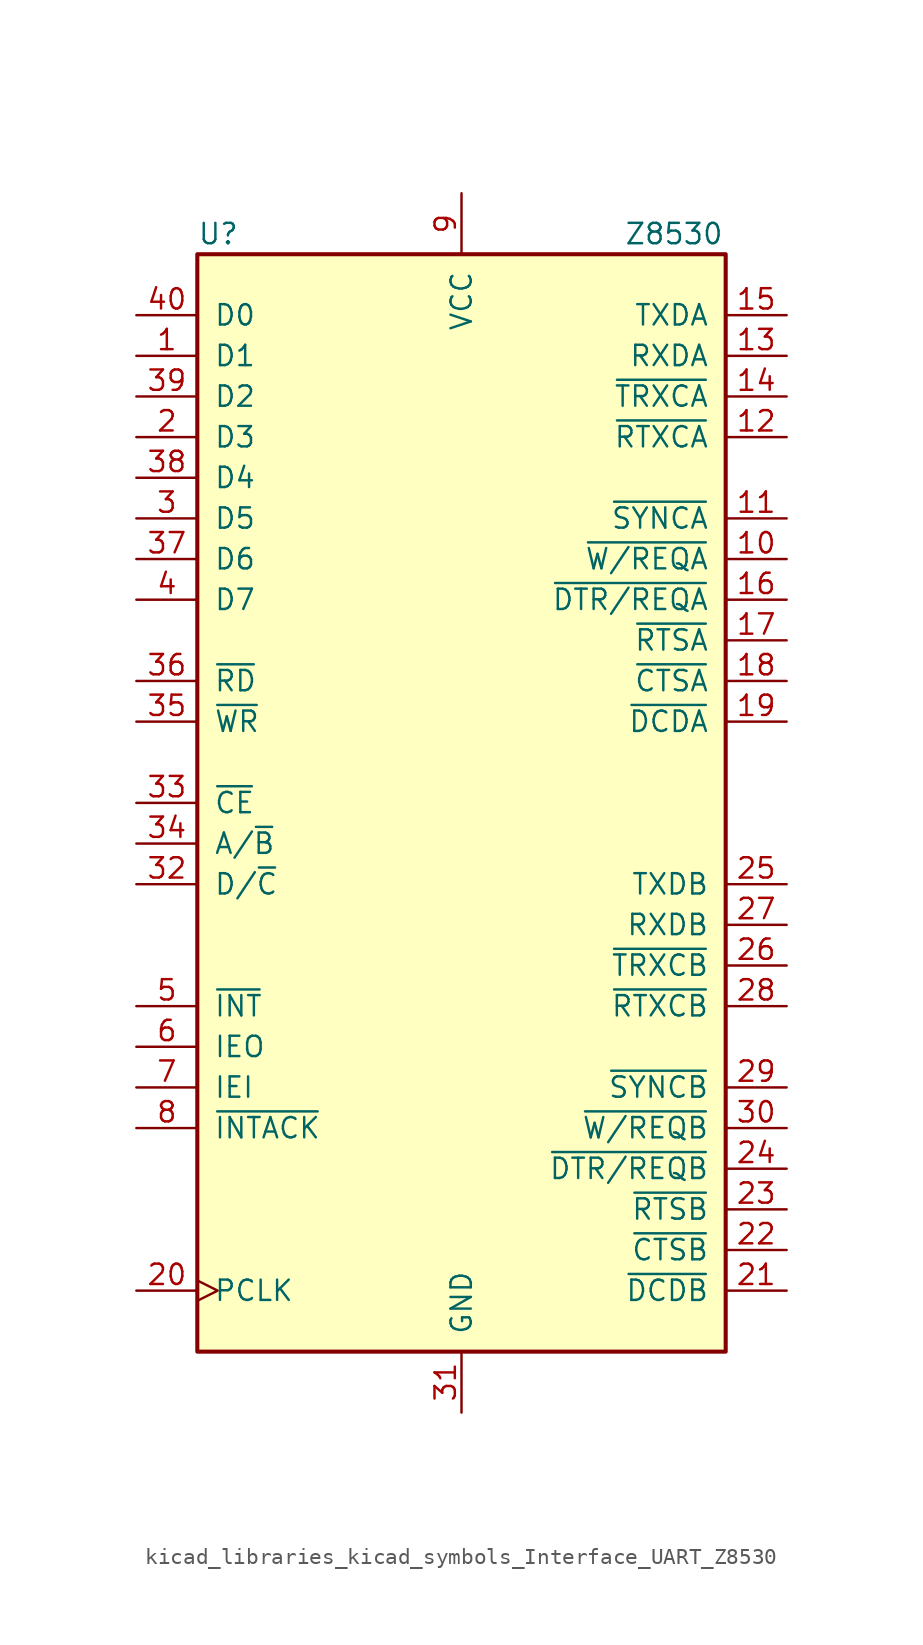
<source format=kicad_sym>
(kicad_symbol_lib
  (version 20220914)
  (generator kicad_symbol_editor)
  (symbol "kicad_libraries_kicad_symbols_Interface_UART_Z8530"
    (pin_names
      (offset 1.016))
    (property "Reference" "U"
      (at -16.51 35.56 0)
      (effects (font (size 1.27 1.27)) (justify left)))
    (property "Value" "Z8530"
      (at 10.16 35.56 0)
      (effects (font (size 1.27 1.27)) (justify left)))
    (symbol "kicad_libraries_kicad_symbols_Interface_UART_Z8530_0_1"
      (rectangle (start -16.51 -34.29) (end 16.51 34.29) (stroke (width 0.254) (type default)) (fill (type background))))
    (symbol "kicad_libraries_kicad_symbols_Interface_UART_Z8530_1_1"
      (pin input line (at -20.32 27.94 0) (length 3.81) (name "D1" (effects (font (size 1.27 1.27)))) (number "1" (effects (font (size 1.27 1.27)))))
      (pin output line (at 20.32 15.24 180) (length 3.81) (name "~{W/REQA}" (effects (font (size 1.27 1.27)))) (number "10" (effects (font (size 1.27 1.27)))))
      (pin bidirectional line (at 20.32 17.78 180) (length 3.81) (name "~{SYNCA}" (effects (font (size 1.27 1.27)))) (number "11" (effects (font (size 1.27 1.27)))))
      (pin input line (at 20.32 22.86 180) (length 3.81) (name "~{RTXCA}" (effects (font (size 1.27 1.27)))) (number "12" (effects (font (size 1.27 1.27)))))
      (pin input line (at 20.32 27.94 180) (length 3.81) (name "RXDA" (effects (font (size 1.27 1.27)))) (number "13" (effects (font (size 1.27 1.27)))))
      (pin bidirectional line (at 20.32 25.4 180) (length 3.81) (name "~{TRXCA}" (effects (font (size 1.27 1.27)))) (number "14" (effects (font (size 1.27 1.27)))))
      (pin output line (at 20.32 30.48 180) (length 3.81) (name "TXDA" (effects (font (size 1.27 1.27)))) (number "15" (effects (font (size 1.27 1.27)))))
      (pin output line (at 20.32 12.7 180) (length 3.81) (name "~{DTR/REQA}" (effects (font (size 1.27 1.27)))) (number "16" (effects (font (size 1.27 1.27)))))
      (pin output line (at 20.32 10.16 180) (length 3.81) (name "~{RTSA}" (effects (font (size 1.27 1.27)))) (number "17" (effects (font (size 1.27 1.27)))))
      (pin input line (at 20.32 7.62 180) (length 3.81) (name "~{CTSA}" (effects (font (size 1.27 1.27)))) (number "18" (effects (font (size 1.27 1.27)))))
      (pin input line (at 20.32 5.08 180) (length 3.81) (name "~{DCDA}" (effects (font (size 1.27 1.27)))) (number "19" (effects (font (size 1.27 1.27)))))
      (pin input line (at -20.32 22.86 0) (length 3.81) (name "D3" (effects (font (size 1.27 1.27)))) (number "2" (effects (font (size 1.27 1.27)))))
      (pin input clock (at -20.32 -30.48 0) (length 3.81) (name "PCLK" (effects (font (size 1.27 1.27)))) (number "20" (effects (font (size 1.27 1.27)))))
      (pin input line (at 20.32 -30.48 180) (length 3.81) (name "~{DCDB}" (effects (font (size 1.27 1.27)))) (number "21" (effects (font (size 1.27 1.27)))))
      (pin input line (at 20.32 -27.94 180) (length 3.81) (name "~{CTSB}" (effects (font (size 1.27 1.27)))) (number "22" (effects (font (size 1.27 1.27)))))
      (pin output line (at 20.32 -25.4 180) (length 3.81) (name "~{RTSB}" (effects (font (size 1.27 1.27)))) (number "23" (effects (font (size 1.27 1.27)))))
      (pin output line (at 20.32 -22.86 180) (length 3.81) (name "~{DTR/REQB}" (effects (font (size 1.27 1.27)))) (number "24" (effects (font (size 1.27 1.27)))))
      (pin output line (at 20.32 -5.08 180) (length 3.81) (name "TXDB" (effects (font (size 1.27 1.27)))) (number "25" (effects (font (size 1.27 1.27)))))
      (pin bidirectional line (at 20.32 -10.16 180) (length 3.81) (name "~{TRXCB}" (effects (font (size 1.27 1.27)))) (number "26" (effects (font (size 1.27 1.27)))))
      (pin input line (at 20.32 -7.62 180) (length 3.81) (name "RXDB" (effects (font (size 1.27 1.27)))) (number "27" (effects (font (size 1.27 1.27)))))
      (pin input line (at 20.32 -12.7 180) (length 3.81) (name "~{RTXCB}" (effects (font (size 1.27 1.27)))) (number "28" (effects (font (size 1.27 1.27)))))
      (pin bidirectional line (at 20.32 -17.78 180) (length 3.81) (name "~{SYNCB}" (effects (font (size 1.27 1.27)))) (number "29" (effects (font (size 1.27 1.27)))))
      (pin input line (at -20.32 17.78 0) (length 3.81) (name "D5" (effects (font (size 1.27 1.27)))) (number "3" (effects (font (size 1.27 1.27)))))
      (pin output line (at 20.32 -20.32 180) (length 3.81) (name "~{W/REQB}" (effects (font (size 1.27 1.27)))) (number "30" (effects (font (size 1.27 1.27)))))
      (pin power_in line (at 0 -38.1 90) (length 3.81) (name "GND" (effects (font (size 1.27 1.27)))) (number "31" (effects (font (size 1.27 1.27)))))
      (pin input line (at -20.32 -5.08 0) (length 3.81) (name "D/~{C}" (effects (font (size 1.27 1.27)))) (number "32" (effects (font (size 1.27 1.27)))))
      (pin input line (at -20.32 0 0) (length 3.81) (name "~{CE}" (effects (font (size 1.27 1.27)))) (number "33" (effects (font (size 1.27 1.27)))))
      (pin input line (at -20.32 -2.54 0) (length 3.81) (name "A/~{B}" (effects (font (size 1.27 1.27)))) (number "34" (effects (font (size 1.27 1.27)))))
      (pin input line (at -20.32 5.08 0) (length 3.81) (name "~{WR}" (effects (font (size 1.27 1.27)))) (number "35" (effects (font (size 1.27 1.27)))))
      (pin input line (at -20.32 7.62 0) (length 3.81) (name "~{RD}" (effects (font (size 1.27 1.27)))) (number "36" (effects (font (size 1.27 1.27)))))
      (pin input line (at -20.32 15.24 0) (length 3.81) (name "D6" (effects (font (size 1.27 1.27)))) (number "37" (effects (font (size 1.27 1.27)))))
      (pin input line (at -20.32 20.32 0) (length 3.81) (name "D4" (effects (font (size 1.27 1.27)))) (number "38" (effects (font (size 1.27 1.27)))))
      (pin input line (at -20.32 25.4 0) (length 3.81) (name "D2" (effects (font (size 1.27 1.27)))) (number "39" (effects (font (size 1.27 1.27)))))
      (pin input line (at -20.32 12.7 0) (length 3.81) (name "D7" (effects (font (size 1.27 1.27)))) (number "4" (effects (font (size 1.27 1.27)))))
      (pin input line (at -20.32 30.48 0) (length 3.81) (name "D0" (effects (font (size 1.27 1.27)))) (number "40" (effects (font (size 1.27 1.27)))))
      (pin open_collector line (at -20.32 -12.7 0) (length 3.81) (name "~{INT}" (effects (font (size 1.27 1.27)))) (number "5" (effects (font (size 1.27 1.27)))))
      (pin output line (at -20.32 -15.24 0) (length 3.81) (name "IEO" (effects (font (size 1.27 1.27)))) (number "6" (effects (font (size 1.27 1.27)))))
      (pin input line (at -20.32 -17.78 0) (length 3.81) (name "IEI" (effects (font (size 1.27 1.27)))) (number "7" (effects (font (size 1.27 1.27)))))
      (pin input line (at -20.32 -20.32 0) (length 3.81) (name "~{INTACK}" (effects (font (size 1.27 1.27)))) (number "8" (effects (font (size 1.27 1.27)))))
      (pin power_in line (at 0 38.1 270) (length 3.81) (name "VCC" (effects (font (size 1.27 1.27)))) (number "9" (effects (font (size 1.27 1.27))))))))
</source>
